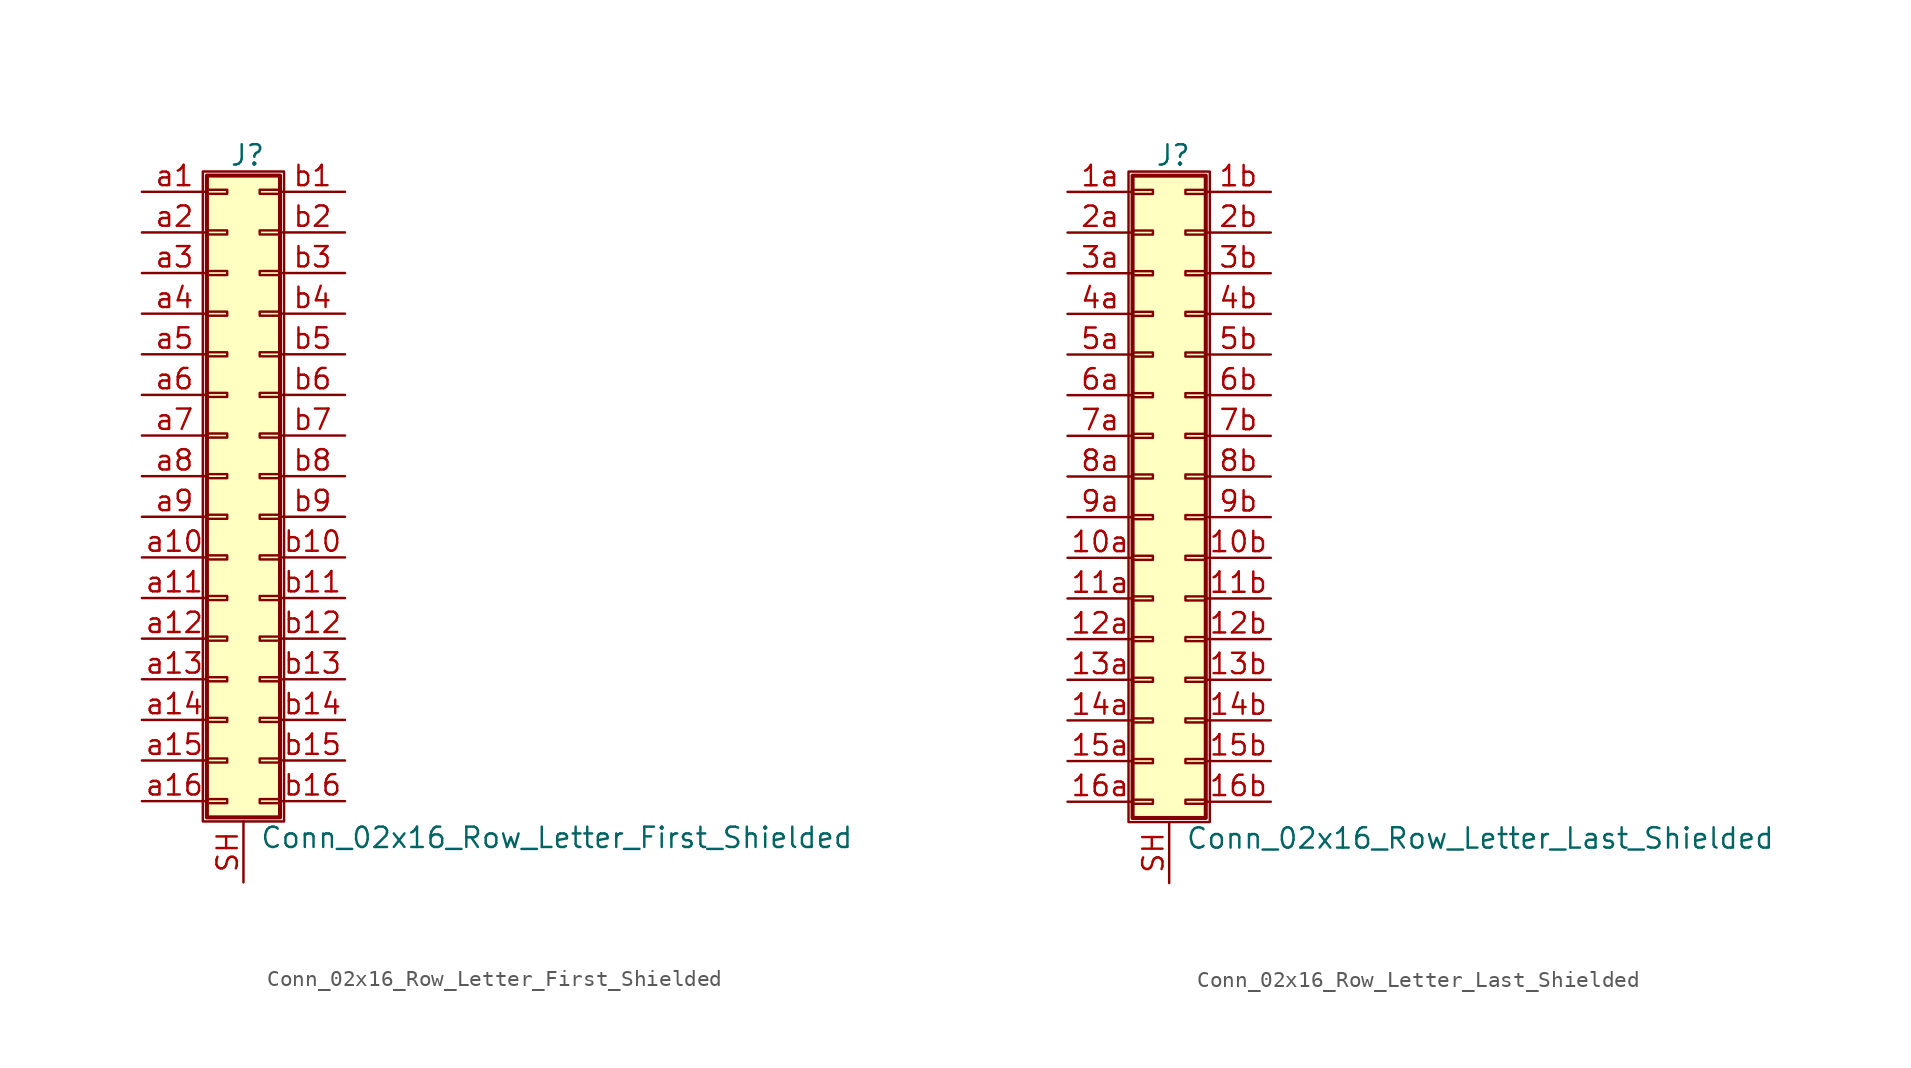
<source format=kicad_sym>
(kicad_symbol_lib
  (version 20201005)
  (generator kicad_symbol_editor)
  (symbol "Conn_02x16_Row_Letter_First_Shielded"
    (pin_names
      (offset 1.016) hide)
    (property "Reference" "J"
      (at 1.524 20.066 0)
      (effects (font (size 1.27 1.27))))
    (property "Value" "Conn_02x16_Row_Letter_First_Shielded"
      (at 2.286 -22.606 0)
      (effects (font (size 1.27 1.27)) (justify left)))
    (symbol "Conn_02x16_Row_Letter_First_Shielded_1_1"
      (rectangle (start -1.27 19.05) (end 3.81 -21.59) (stroke (width 0.152)) (fill (type none)))
      (rectangle (start -1.016 -20.193) (end 0.254 -20.447) (stroke (width 0.152)) (fill (type none)))
      (rectangle (start -1.016 -17.653) (end 0.254 -17.907) (stroke (width 0.152)) (fill (type none)))
      (rectangle (start -1.016 -15.113) (end 0.254 -15.367) (stroke (width 0.152)) (fill (type none)))
      (rectangle (start -1.016 -12.573) (end 0.254 -12.827) (stroke (width 0.152)) (fill (type none)))
      (rectangle (start -1.016 -10.033) (end 0.254 -10.287) (stroke (width 0.152)) (fill (type none)))
      (rectangle (start -1.016 -7.493) (end 0.254 -7.747) (stroke (width 0.152)) (fill (type none)))
      (rectangle (start -1.016 -4.953) (end 0.254 -5.207) (stroke (width 0.152)) (fill (type none)))
      (rectangle (start -1.016 -2.413) (end 0.254 -2.667) (stroke (width 0.152)) (fill (type none)))
      (rectangle (start -1.016 0.127) (end 0.254 -0.127) (stroke (width 0.152)) (fill (type none)))
      (rectangle (start -1.016 2.667) (end 0.254 2.413) (stroke (width 0.152)) (fill (type none)))
      (rectangle (start -1.016 5.207) (end 0.254 4.953) (stroke (width 0.152)) (fill (type none)))
      (rectangle (start -1.016 7.747) (end 0.254 7.493) (stroke (width 0.152)) (fill (type none)))
      (rectangle (start -1.016 10.287) (end 0.254 10.033) (stroke (width 0.152)) (fill (type none)))
      (rectangle (start -1.016 12.827) (end 0.254 12.573) (stroke (width 0.152)) (fill (type none)))
      (rectangle (start -1.016 15.367) (end 0.254 15.113) (stroke (width 0.152)) (fill (type none)))
      (rectangle (start -1.016 17.907) (end 0.254 17.653) (stroke (width 0.152)) (fill (type none)))
      (rectangle (start 3.556 -20.193) (end 2.286 -20.447) (stroke (width 0.152)) (fill (type none)))
      (rectangle (start 3.556 -17.653) (end 2.286 -17.907) (stroke (width 0.152)) (fill (type none)))
      (rectangle (start 3.556 -15.113) (end 2.286 -15.367) (stroke (width 0.152)) (fill (type none)))
      (rectangle (start 3.556 -12.573) (end 2.286 -12.827) (stroke (width 0.152)) (fill (type none)))
      (rectangle (start 3.556 -10.033) (end 2.286 -10.287) (stroke (width 0.152)) (fill (type none)))
      (rectangle (start 3.556 -7.493) (end 2.286 -7.747) (stroke (width 0.152)) (fill (type none)))
      (rectangle (start 3.556 -4.953) (end 2.286 -5.207) (stroke (width 0.152)) (fill (type none)))
      (rectangle (start 3.556 -2.413) (end 2.286 -2.667) (stroke (width 0.152)) (fill (type none)))
      (rectangle (start 3.556 0.127) (end 2.286 -0.127) (stroke (width 0.152)) (fill (type none)))
      (rectangle (start 3.556 2.667) (end 2.286 2.413) (stroke (width 0.152)) (fill (type none)))
      (rectangle (start 3.556 5.207) (end 2.286 4.953) (stroke (width 0.152)) (fill (type none)))
      (rectangle (start 3.556 7.747) (end 2.286 7.493) (stroke (width 0.152)) (fill (type none)))
      (rectangle (start 3.556 10.287) (end 2.286 10.033) (stroke (width 0.152)) (fill (type none)))
      (rectangle (start 3.556 12.827) (end 2.286 12.573) (stroke (width 0.152)) (fill (type none)))
      (rectangle (start 3.556 15.367) (end 2.286 15.113) (stroke (width 0.152)) (fill (type none)))
      (rectangle (start 3.556 17.907) (end 2.286 17.653) (stroke (width 0.152)) (fill (type none)))
      (rectangle (start -1.016 18.796) (end 3.556 -21.336) (stroke (width 0.254)) (fill (type background)))
      (pin passive line (at 1.27 -25.4 90) (length 3.81) (name "Shield" (effects (font (size 1.27 1.27)))) (number "SH" (effects (font (size 1.27 1.27)))))
      (pin passive line (at -5.08 17.78 0) (length 4.064) (name "Pin_a1" (effects (font (size 1.27 1.27)))) (number "a1" (effects (font (size 1.27 1.27)))))
      (pin passive line (at -5.08 -5.08 0) (length 4.064) (name "Pin_a10" (effects (font (size 1.27 1.27)))) (number "a10" (effects (font (size 1.27 1.27)))))
      (pin passive line (at -5.08 -7.62 0) (length 4.064) (name "Pin_a11" (effects (font (size 1.27 1.27)))) (number "a11" (effects (font (size 1.27 1.27)))))
      (pin passive line (at -5.08 -10.16 0) (length 4.064) (name "Pin_a12" (effects (font (size 1.27 1.27)))) (number "a12" (effects (font (size 1.27 1.27)))))
      (pin passive line (at -5.08 -12.7 0) (length 4.064) (name "Pin_a13" (effects (font (size 1.27 1.27)))) (number "a13" (effects (font (size 1.27 1.27)))))
      (pin passive line (at -5.08 -15.24 0) (length 4.064) (name "Pin_a14" (effects (font (size 1.27 1.27)))) (number "a14" (effects (font (size 1.27 1.27)))))
      (pin passive line (at -5.08 -17.78 0) (length 4.064) (name "Pin_a15" (effects (font (size 1.27 1.27)))) (number "a15" (effects (font (size 1.27 1.27)))))
      (pin passive line (at -5.08 -20.32 0) (length 4.064) (name "Pin_a16" (effects (font (size 1.27 1.27)))) (number "a16" (effects (font (size 1.27 1.27)))))
      (pin passive line (at -5.08 15.24 0) (length 4.064) (name "Pin_a2" (effects (font (size 1.27 1.27)))) (number "a2" (effects (font (size 1.27 1.27)))))
      (pin passive line (at -5.08 12.7 0) (length 4.064) (name "Pin_a3" (effects (font (size 1.27 1.27)))) (number "a3" (effects (font (size 1.27 1.27)))))
      (pin passive line (at -5.08 10.16 0) (length 4.064) (name "Pin_a4" (effects (font (size 1.27 1.27)))) (number "a4" (effects (font (size 1.27 1.27)))))
      (pin passive line (at -5.08 7.62 0) (length 4.064) (name "Pin_a5" (effects (font (size 1.27 1.27)))) (number "a5" (effects (font (size 1.27 1.27)))))
      (pin passive line (at -5.08 5.08 0) (length 4.064) (name "Pin_a6" (effects (font (size 1.27 1.27)))) (number "a6" (effects (font (size 1.27 1.27)))))
      (pin passive line (at -5.08 2.54 0) (length 4.064) (name "Pin_a7" (effects (font (size 1.27 1.27)))) (number "a7" (effects (font (size 1.27 1.27)))))
      (pin passive line (at -5.08 0 0) (length 4.064) (name "Pin_a8" (effects (font (size 1.27 1.27)))) (number "a8" (effects (font (size 1.27 1.27)))))
      (pin passive line (at -5.08 -2.54 0) (length 4.064) (name "Pin_a9" (effects (font (size 1.27 1.27)))) (number "a9" (effects (font (size 1.27 1.27)))))
      (pin passive line (at 7.62 17.78 180) (length 4.064) (name "Pin_b1" (effects (font (size 1.27 1.27)))) (number "b1" (effects (font (size 1.27 1.27)))))
      (pin passive line (at 7.62 -5.08 180) (length 4.064) (name "Pin_b10" (effects (font (size 1.27 1.27)))) (number "b10" (effects (font (size 1.27 1.27)))))
      (pin passive line (at 7.62 -7.62 180) (length 4.064) (name "Pin_b11" (effects (font (size 1.27 1.27)))) (number "b11" (effects (font (size 1.27 1.27)))))
      (pin passive line (at 7.62 -10.16 180) (length 4.064) (name "Pin_b12" (effects (font (size 1.27 1.27)))) (number "b12" (effects (font (size 1.27 1.27)))))
      (pin passive line (at 7.62 -12.7 180) (length 4.064) (name "Pin_b13" (effects (font (size 1.27 1.27)))) (number "b13" (effects (font (size 1.27 1.27)))))
      (pin passive line (at 7.62 -15.24 180) (length 4.064) (name "Pin_b14" (effects (font (size 1.27 1.27)))) (number "b14" (effects (font (size 1.27 1.27)))))
      (pin passive line (at 7.62 -17.78 180) (length 4.064) (name "Pin_b15" (effects (font (size 1.27 1.27)))) (number "b15" (effects (font (size 1.27 1.27)))))
      (pin passive line (at 7.62 -20.32 180) (length 4.064) (name "Pin_b16" (effects (font (size 1.27 1.27)))) (number "b16" (effects (font (size 1.27 1.27)))))
      (pin passive line (at 7.62 15.24 180) (length 4.064) (name "Pin_b2" (effects (font (size 1.27 1.27)))) (number "b2" (effects (font (size 1.27 1.27)))))
      (pin passive line (at 7.62 12.7 180) (length 4.064) (name "Pin_b3" (effects (font (size 1.27 1.27)))) (number "b3" (effects (font (size 1.27 1.27)))))
      (pin passive line (at 7.62 10.16 180) (length 4.064) (name "Pin_b4" (effects (font (size 1.27 1.27)))) (number "b4" (effects (font (size 1.27 1.27)))))
      (pin passive line (at 7.62 7.62 180) (length 4.064) (name "Pin_b5" (effects (font (size 1.27 1.27)))) (number "b5" (effects (font (size 1.27 1.27)))))
      (pin passive line (at 7.62 5.08 180) (length 4.064) (name "Pin_b6" (effects (font (size 1.27 1.27)))) (number "b6" (effects (font (size 1.27 1.27)))))
      (pin passive line (at 7.62 2.54 180) (length 4.064) (name "Pin_b7" (effects (font (size 1.27 1.27)))) (number "b7" (effects (font (size 1.27 1.27)))))
      (pin passive line (at 7.62 0 180) (length 4.064) (name "Pin_b8" (effects (font (size 1.27 1.27)))) (number "b8" (effects (font (size 1.27 1.27)))))
      (pin passive line (at 7.62 -2.54 180) (length 4.064) (name "Pin_b9" (effects (font (size 1.27 1.27)))) (number "b9" (effects (font (size 1.27 1.27)))))))
  (symbol "Conn_02x16_Row_Letter_Last_Shielded"
    (pin_names
      (offset 1.016) hide)
    (property "Reference" "J"
      (at 1.524 20.066 0)
      (effects (font (size 1.27 1.27))))
    (property "Value" "Conn_02x16_Row_Letter_Last_Shielded"
      (at 2.286 -22.606 0)
      (effects (font (size 1.27 1.27)) (justify left)))
    (symbol "Conn_02x16_Row_Letter_Last_Shielded_1_1"
      (rectangle (start -1.27 19.05) (end 3.81 -21.59) (stroke (width 0.152)) (fill (type none)))
      (rectangle (start -1.016 -20.193) (end 0.254 -20.447) (stroke (width 0.152)) (fill (type none)))
      (rectangle (start -1.016 -17.653) (end 0.254 -17.907) (stroke (width 0.152)) (fill (type none)))
      (rectangle (start -1.016 -15.113) (end 0.254 -15.367) (stroke (width 0.152)) (fill (type none)))
      (rectangle (start -1.016 -12.573) (end 0.254 -12.827) (stroke (width 0.152)) (fill (type none)))
      (rectangle (start -1.016 -10.033) (end 0.254 -10.287) (stroke (width 0.152)) (fill (type none)))
      (rectangle (start -1.016 -7.493) (end 0.254 -7.747) (stroke (width 0.152)) (fill (type none)))
      (rectangle (start -1.016 -4.953) (end 0.254 -5.207) (stroke (width 0.152)) (fill (type none)))
      (rectangle (start -1.016 -2.413) (end 0.254 -2.667) (stroke (width 0.152)) (fill (type none)))
      (rectangle (start -1.016 0.127) (end 0.254 -0.127) (stroke (width 0.152)) (fill (type none)))
      (rectangle (start -1.016 2.667) (end 0.254 2.413) (stroke (width 0.152)) (fill (type none)))
      (rectangle (start -1.016 5.207) (end 0.254 4.953) (stroke (width 0.152)) (fill (type none)))
      (rectangle (start -1.016 7.747) (end 0.254 7.493) (stroke (width 0.152)) (fill (type none)))
      (rectangle (start -1.016 10.287) (end 0.254 10.033) (stroke (width 0.152)) (fill (type none)))
      (rectangle (start -1.016 12.827) (end 0.254 12.573) (stroke (width 0.152)) (fill (type none)))
      (rectangle (start -1.016 15.367) (end 0.254 15.113) (stroke (width 0.152)) (fill (type none)))
      (rectangle (start -1.016 17.907) (end 0.254 17.653) (stroke (width 0.152)) (fill (type none)))
      (rectangle (start 3.556 -20.193) (end 2.286 -20.447) (stroke (width 0.152)) (fill (type none)))
      (rectangle (start 3.556 -17.653) (end 2.286 -17.907) (stroke (width 0.152)) (fill (type none)))
      (rectangle (start 3.556 -15.113) (end 2.286 -15.367) (stroke (width 0.152)) (fill (type none)))
      (rectangle (start 3.556 -12.573) (end 2.286 -12.827) (stroke (width 0.152)) (fill (type none)))
      (rectangle (start 3.556 -10.033) (end 2.286 -10.287) (stroke (width 0.152)) (fill (type none)))
      (rectangle (start 3.556 -7.493) (end 2.286 -7.747) (stroke (width 0.152)) (fill (type none)))
      (rectangle (start 3.556 -4.953) (end 2.286 -5.207) (stroke (width 0.152)) (fill (type none)))
      (rectangle (start 3.556 -2.413) (end 2.286 -2.667) (stroke (width 0.152)) (fill (type none)))
      (rectangle (start 3.556 0.127) (end 2.286 -0.127) (stroke (width 0.152)) (fill (type none)))
      (rectangle (start 3.556 2.667) (end 2.286 2.413) (stroke (width 0.152)) (fill (type none)))
      (rectangle (start 3.556 5.207) (end 2.286 4.953) (stroke (width 0.152)) (fill (type none)))
      (rectangle (start 3.556 7.747) (end 2.286 7.493) (stroke (width 0.152)) (fill (type none)))
      (rectangle (start 3.556 10.287) (end 2.286 10.033) (stroke (width 0.152)) (fill (type none)))
      (rectangle (start 3.556 12.827) (end 2.286 12.573) (stroke (width 0.152)) (fill (type none)))
      (rectangle (start 3.556 15.367) (end 2.286 15.113) (stroke (width 0.152)) (fill (type none)))
      (rectangle (start 3.556 17.907) (end 2.286 17.653) (stroke (width 0.152)) (fill (type none)))
      (rectangle (start -1.016 18.796) (end 3.556 -21.336) (stroke (width 0.254)) (fill (type background)))
      (pin passive line (at -5.08 -5.08 0) (length 4.064) (name "Pin_10a" (effects (font (size 1.27 1.27)))) (number "10a" (effects (font (size 1.27 1.27)))))
      (pin passive line (at 7.62 -5.08 180) (length 4.064) (name "Pin_10b" (effects (font (size 1.27 1.27)))) (number "10b" (effects (font (size 1.27 1.27)))))
      (pin passive line (at -5.08 -7.62 0) (length 4.064) (name "Pin_11a" (effects (font (size 1.27 1.27)))) (number "11a" (effects (font (size 1.27 1.27)))))
      (pin passive line (at 7.62 -7.62 180) (length 4.064) (name "Pin_11b" (effects (font (size 1.27 1.27)))) (number "11b" (effects (font (size 1.27 1.27)))))
      (pin passive line (at -5.08 -10.16 0) (length 4.064) (name "Pin_12a" (effects (font (size 1.27 1.27)))) (number "12a" (effects (font (size 1.27 1.27)))))
      (pin passive line (at 7.62 -10.16 180) (length 4.064) (name "Pin_12b" (effects (font (size 1.27 1.27)))) (number "12b" (effects (font (size 1.27 1.27)))))
      (pin passive line (at -5.08 -12.7 0) (length 4.064) (name "Pin_13a" (effects (font (size 1.27 1.27)))) (number "13a" (effects (font (size 1.27 1.27)))))
      (pin passive line (at 7.62 -12.7 180) (length 4.064) (name "Pin_13b" (effects (font (size 1.27 1.27)))) (number "13b" (effects (font (size 1.27 1.27)))))
      (pin passive line (at -5.08 -15.24 0) (length 4.064) (name "Pin_14a" (effects (font (size 1.27 1.27)))) (number "14a" (effects (font (size 1.27 1.27)))))
      (pin passive line (at 7.62 -15.24 180) (length 4.064) (name "Pin_14b" (effects (font (size 1.27 1.27)))) (number "14b" (effects (font (size 1.27 1.27)))))
      (pin passive line (at -5.08 -17.78 0) (length 4.064) (name "Pin_15a" (effects (font (size 1.27 1.27)))) (number "15a" (effects (font (size 1.27 1.27)))))
      (pin passive line (at 7.62 -17.78 180) (length 4.064) (name "Pin_15b" (effects (font (size 1.27 1.27)))) (number "15b" (effects (font (size 1.27 1.27)))))
      (pin passive line (at -5.08 -20.32 0) (length 4.064) (name "Pin_16a" (effects (font (size 1.27 1.27)))) (number "16a" (effects (font (size 1.27 1.27)))))
      (pin passive line (at 7.62 -20.32 180) (length 4.064) (name "Pin_16b" (effects (font (size 1.27 1.27)))) (number "16b" (effects (font (size 1.27 1.27)))))
      (pin passive line (at -5.08 17.78 0) (length 4.064) (name "Pin_1a" (effects (font (size 1.27 1.27)))) (number "1a" (effects (font (size 1.27 1.27)))))
      (pin passive line (at 7.62 17.78 180) (length 4.064) (name "Pin_1b" (effects (font (size 1.27 1.27)))) (number "1b" (effects (font (size 1.27 1.27)))))
      (pin passive line (at -5.08 15.24 0) (length 4.064) (name "Pin_2a" (effects (font (size 1.27 1.27)))) (number "2a" (effects (font (size 1.27 1.27)))))
      (pin passive line (at 7.62 15.24 180) (length 4.064) (name "Pin_2b" (effects (font (size 1.27 1.27)))) (number "2b" (effects (font (size 1.27 1.27)))))
      (pin passive line (at -5.08 12.7 0) (length 4.064) (name "Pin_3a" (effects (font (size 1.27 1.27)))) (number "3a" (effects (font (size 1.27 1.27)))))
      (pin passive line (at 7.62 12.7 180) (length 4.064) (name "Pin_3b" (effects (font (size 1.27 1.27)))) (number "3b" (effects (font (size 1.27 1.27)))))
      (pin passive line (at -5.08 10.16 0) (length 4.064) (name "Pin_4a" (effects (font (size 1.27 1.27)))) (number "4a" (effects (font (size 1.27 1.27)))))
      (pin passive line (at 7.62 10.16 180) (length 4.064) (name "Pin_4b" (effects (font (size 1.27 1.27)))) (number "4b" (effects (font (size 1.27 1.27)))))
      (pin passive line (at -5.08 7.62 0) (length 4.064) (name "Pin_5a" (effects (font (size 1.27 1.27)))) (number "5a" (effects (font (size 1.27 1.27)))))
      (pin passive line (at 7.62 7.62 180) (length 4.064) (name "Pin_5b" (effects (font (size 1.27 1.27)))) (number "5b" (effects (font (size 1.27 1.27)))))
      (pin passive line (at -5.08 5.08 0) (length 4.064) (name "Pin_6a" (effects (font (size 1.27 1.27)))) (number "6a" (effects (font (size 1.27 1.27)))))
      (pin passive line (at 7.62 5.08 180) (length 4.064) (name "Pin_6b" (effects (font (size 1.27 1.27)))) (number "6b" (effects (font (size 1.27 1.27)))))
      (pin passive line (at -5.08 2.54 0) (length 4.064) (name "Pin_7a" (effects (font (size 1.27 1.27)))) (number "7a" (effects (font (size 1.27 1.27)))))
      (pin passive line (at 7.62 2.54 180) (length 4.064) (name "Pin_7b" (effects (font (size 1.27 1.27)))) (number "7b" (effects (font (size 1.27 1.27)))))
      (pin passive line (at -5.08 0 0) (length 4.064) (name "Pin_8a" (effects (font (size 1.27 1.27)))) (number "8a" (effects (font (size 1.27 1.27)))))
      (pin passive line (at 7.62 0 180) (length 4.064) (name "Pin_8b" (effects (font (size 1.27 1.27)))) (number "8b" (effects (font (size 1.27 1.27)))))
      (pin passive line (at -5.08 -2.54 0) (length 4.064) (name "Pin_9a" (effects (font (size 1.27 1.27)))) (number "9a" (effects (font (size 1.27 1.27)))))
      (pin passive line (at 7.62 -2.54 180) (length 4.064) (name "Pin_9b" (effects (font (size 1.27 1.27)))) (number "9b" (effects (font (size 1.27 1.27)))))
      (pin passive line (at 1.27 -25.4 90) (length 3.81) (name "Shield" (effects (font (size 1.27 1.27)))) (number "SH" (effects (font (size 1.27 1.27))))))))
</source>
